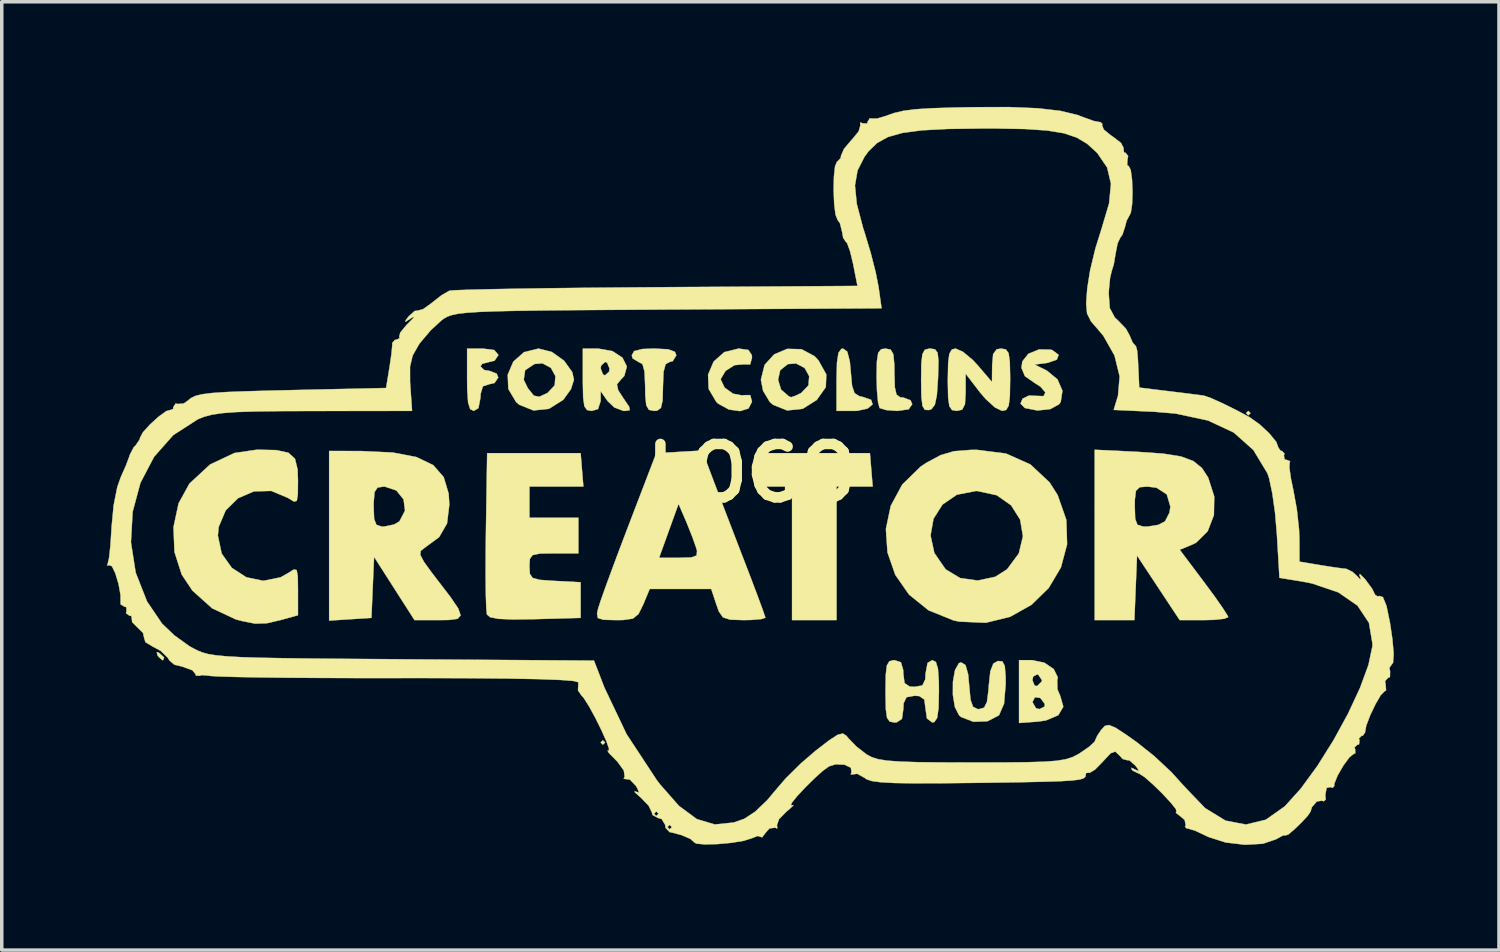
<source format=kicad_pcb>
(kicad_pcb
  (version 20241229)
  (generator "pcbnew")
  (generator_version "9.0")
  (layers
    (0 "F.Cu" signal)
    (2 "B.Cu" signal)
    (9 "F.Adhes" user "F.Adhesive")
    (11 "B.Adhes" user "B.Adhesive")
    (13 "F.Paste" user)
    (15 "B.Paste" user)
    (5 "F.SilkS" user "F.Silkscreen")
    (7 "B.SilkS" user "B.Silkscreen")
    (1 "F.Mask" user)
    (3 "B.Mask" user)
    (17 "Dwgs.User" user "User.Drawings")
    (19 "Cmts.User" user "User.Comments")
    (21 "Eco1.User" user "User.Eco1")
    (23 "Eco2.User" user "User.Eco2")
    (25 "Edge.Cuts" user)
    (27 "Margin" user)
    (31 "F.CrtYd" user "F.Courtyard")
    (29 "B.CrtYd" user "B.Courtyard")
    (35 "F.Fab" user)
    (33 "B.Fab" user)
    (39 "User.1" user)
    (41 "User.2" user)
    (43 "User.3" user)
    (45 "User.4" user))
  (footprint "LOGO"
    (layer "F.Cu")
    (at 18.406 10.452)
    (property "Reference" "LOGO" (at 0 0 0) (layer "F.SilkS") (effects (font (size 1.524 1.524) (thickness 0.3))))
    (attr through_hole)
    (fp_poly (pts (xy -4.191 7.684) (xy -4.255 7.747) (xy -4.318 7.684) (xy -4.255 7.62) (xy -4.191 7.684)) (stroke (width 0.01) (type solid)) (fill yes) (layer "F.SilkS"))
    (fp_poly (pts (xy 14.224 -1.714) (xy 14.161 -1.651) (xy 14.097 -1.714) (xy 14.161 -1.778) (xy 14.224 -1.714)) (stroke (width 0.01) (type solid)) (fill yes) (layer "F.SilkS"))
    (fp_poly (pts (xy -16.911 5.131) (xy -16.774 5.259) (xy -16.802 5.333) (xy -16.82 5.334) (xy -16.927 5.244) (xy -16.967 5.187) (xy -16.982 5.1) (xy -16.911 5.131)) (stroke (width 0.01) (type solid)) (fill yes) (layer "F.SilkS"))
    (fp_poly (pts (xy 3.444 0.381) (xy 2.413 0.381) (xy 2.413 4.191) (xy 1.143 4.191) (xy 1.143 0.381) (xy 0.112 0.381) (xy 0.151 -0.095) (xy 0.191 -0.572) (xy 3.365 -0.572) (xy 3.444 0.381)) (stroke (width 0.01) (type solid)) (fill yes) (layer "F.SilkS"))
    (fp_poly (pts (xy 2.719 -3.47) (xy 2.792 -3.187) (xy 2.819 -2.889) (xy 2.856 -2.493) (xy 2.927 -2.284) (xy 3.063 -2.197) (xy 3.143 -2.182) (xy 3.399 -2.094) (xy 3.442 -1.965) (xy 3.299 -1.845) (xy 2.997 -1.78) (xy 2.921 -1.778) (xy 2.413 -1.778) (xy 2.413 -2.667) (xy 2.425 -3.154) (xy 2.467 -3.433) (xy 2.549 -3.546) (xy 2.597 -3.556) (xy 2.719 -3.47)) (stroke (width 0.01) (type solid)) (fill yes) (layer "F.SilkS"))
    (fp_poly (pts (xy 5.223 -3.535) (xy 5.297 -3.436) (xy 5.321 -3.202) (xy 5.311 -2.778) (xy 5.308 -2.7) (xy 5.275 -2.227) (xy 5.218 -1.954) (xy 5.122 -1.828) (xy 5.048 -1.802) (xy 4.932 -1.809) (xy 4.864 -1.92) (xy 4.834 -2.183) (xy 4.826 -2.65) (xy 4.826 -2.658) (xy 4.832 -3.127) (xy 4.862 -3.397) (xy 4.931 -3.522) (xy 5.055 -3.555) (xy 5.086 -3.556) (xy 5.223 -3.535)) (stroke (width 0.01) (type solid)) (fill yes) (layer "F.SilkS"))
    (fp_poly (pts (xy 3.957 -3.526) (xy 4.033 -3.395) (xy 4.061 -3.103) (xy 4.064 -2.857) (xy 4.075 -2.454) (xy 4.123 -2.244) (xy 4.229 -2.166) (xy 4.318 -2.159) (xy 4.525 -2.08) (xy 4.572 -1.968) (xy 4.47 -1.824) (xy 4.152 -1.778) (xy 4.149 -1.778) (xy 3.835 -1.801) (xy 3.646 -1.858) (xy 3.641 -1.863) (xy 3.597 -2.025) (xy 3.566 -2.364) (xy 3.556 -2.752) (xy 3.564 -3.191) (xy 3.601 -3.434) (xy 3.685 -3.537) (xy 3.81 -3.556) (xy 3.957 -3.526)) (stroke (width 0.01) (type solid)) (fill yes) (layer "F.SilkS"))
    (fp_poly (pts (xy -7.355 -3.515) (xy -7.24 -3.383) (xy -7.239 -3.365) (xy -7.345 -3.21) (xy -7.493 -3.175) (xy -7.699 -3.122) (xy -7.747 -3.048) (xy -7.641 -2.945) (xy -7.493 -2.921) (xy -7.286 -2.842) (xy -7.239 -2.731) (xy -7.345 -2.575) (xy -7.493 -2.54) (xy -7.679 -2.48) (xy -7.744 -2.257) (xy -7.747 -2.159) (xy -7.804 -1.857) (xy -7.938 -1.778) (xy -8.041 -1.83) (xy -8.1 -2.018) (xy -8.125 -2.389) (xy -8.128 -2.667) (xy -8.128 -3.556) (xy -7.684 -3.556) (xy -7.355 -3.515)) (stroke (width 0.01) (type solid)) (fill yes) (layer "F.SilkS"))
    (fp_poly (pts (xy -2.395 -3.536) (xy -2.2 -3.465) (xy -2.159 -3.365) (xy -2.261 -3.197) (xy -2.349 -3.175) (xy -2.464 -3.112) (xy -2.524 -2.892) (xy -2.54 -2.477) (xy -2.551 -2.073) (xy -2.599 -1.863) (xy -2.705 -1.785) (xy -2.794 -1.778) (xy -2.941 -1.808) (xy -3.017 -1.939) (xy -3.045 -2.231) (xy -3.048 -2.477) (xy -3.065 -2.898) (xy -3.125 -3.115) (xy -3.239 -3.175) (xy -3.407 -3.277) (xy -3.429 -3.365) (xy -3.361 -3.485) (xy -3.126 -3.544) (xy -2.794 -3.556) (xy -2.395 -3.536)) (stroke (width 0.01) (type solid)) (fill yes) (layer "F.SilkS"))
    (fp_poly (pts (xy -0.103 -3.517) (xy -0.005 -3.37) (xy 0 -3.293) (xy -0.053 -3.103) (xy -0.241 -3.107) (xy -0.499 -3.083) (xy -0.753 -2.921) (xy -0.886 -2.699) (xy -0.889 -2.667) (xy -0.782 -2.443) (xy -0.539 -2.268) (xy -0.274 -2.219) (xy -0.241 -2.227) (xy -0.05 -2.229) (xy 0 -2.041) (xy -0.099 -1.847) (xy -0.345 -1.772) (xy -0.658 -1.817) (xy -0.961 -1.982) (xy -1.016 -2.032) (xy -1.236 -2.404) (xy -1.253 -2.811) (xy -1.095 -3.184) (xy -0.79 -3.455) (xy -0.381 -3.556) (xy -0.103 -3.517)) (stroke (width 0.01) (type solid)) (fill yes) (layer "F.SilkS"))
    (fp_poly (pts (xy 8.527 -3.525) (xy 8.572 -3.51) (xy 8.75 -3.378) (xy 8.699 -3.242) (xy 8.44 -3.15) (xy 8.414 -3.146) (xy 8.065 -3.1) (xy 8.417 -2.925) (xy 8.717 -2.677) (xy 8.858 -2.353) (xy 8.81 -2.038) (xy 8.762 -1.967) (xy 8.511 -1.829) (xy 8.144 -1.79) (xy 7.786 -1.86) (xy 7.662 -1.986) (xy 7.721 -2.127) (xy 7.904 -2.215) (xy 8.078 -2.208) (xy 8.32 -2.199) (xy 8.371 -2.306) (xy 8.228 -2.473) (xy 8.096 -2.555) (xy 7.788 -2.768) (xy 7.689 -3.005) (xy 7.714 -3.19) (xy 7.885 -3.407) (xy 8.193 -3.532) (xy 8.527 -3.525)) (stroke (width 0.01) (type solid)) (fill yes) (layer "F.SilkS"))
    (fp_poly (pts (xy -5.708 -3.458) (xy -5.361 -3.21) (xy -5.129 -2.886) (xy -5.08 -2.667) (xy -5.166 -2.398) (xy -5.376 -2.106) (xy -5.392 -2.09) (xy -5.792 -1.838) (xy -6.234 -1.791) (xy -6.638 -1.952) (xy -6.731 -2.032) (xy -6.952 -2.404) (xy -6.963 -2.664) (xy -6.512 -2.664) (xy -6.397 -2.428) (xy -6.225 -2.213) (xy -6.07 -2.181) (xy -5.834 -2.29) (xy -5.629 -2.506) (xy -5.609 -2.771) (xy -5.738 -3.007) (xy -5.98 -3.136) (xy -6.205 -3.117) (xy -6.473 -2.939) (xy -6.512 -2.664) (xy -6.963 -2.664) (xy -6.969 -2.811) (xy -6.81 -3.183) (xy -6.504 -3.454) (xy -6.09 -3.556) (xy -5.708 -3.458)) (stroke (width 0.01) (type solid)) (fill yes) (layer "F.SilkS"))
    (fp_poly (pts (xy -4.811 0.381) (xy -6.35 0.381) (xy -6.35 1.27) (xy -4.953 1.27) (xy -4.953 2.286) (xy -5.652 2.286) (xy -6.051 2.293) (xy -6.259 2.335) (xy -6.338 2.446) (xy -6.35 2.659) (xy -6.35 2.661) (xy -6.337 2.872) (xy -6.258 2.988) (xy -6.051 3.043) (xy -5.656 3.072) (xy -5.62 3.073) (xy -4.889 3.111) (xy -4.889 4.128) (xy -6.194 4.164) (xy -6.824 4.173) (xy -7.238 4.155) (xy -7.472 4.108) (xy -7.562 4.032) (xy -7.581 3.855) (xy -7.594 3.469) (xy -7.6 2.919) (xy -7.598 2.25) (xy -7.591 1.647) (xy -7.556 -0.572) (xy -4.889 -0.572) (xy -4.811 0.381)) (stroke (width 0.01) (type solid)) (fill yes) (layer "F.SilkS"))
    (fp_poly (pts (xy 1.413 -3.538) (xy 1.786 -3.339) (xy 1.896 -3.221) (xy 2.121 -2.817) (xy 2.106 -2.455) (xy 1.848 -2.09) (xy 1.847 -2.09) (xy 1.447 -1.838) (xy 1.005 -1.791) (xy 0.601 -1.952) (xy 0.508 -2.032) (xy 0.317 -2.352) (xy 0.255 -2.664) (xy 0.744 -2.664) (xy 0.831 -2.384) (xy 1.056 -2.19) (xy 1.12 -2.169) (xy 1.249 -2.213) (xy 1.405 -2.29) (xy 1.612 -2.506) (xy 1.632 -2.77) (xy 1.502 -3.004) (xy 1.258 -3.132) (xy 1.022 -3.113) (xy 0.804 -2.938) (xy 0.744 -2.664) (xy 0.255 -2.664) (xy 0.254 -2.667) (xy 0.36 -3.09) (xy 0.633 -3.391) (xy 1.006 -3.548) (xy 1.413 -3.538)) (stroke (width 0.01) (type solid)) (fill yes) (layer "F.SilkS"))
    (fp_poly (pts (xy 7.145 5.369) (xy 7.213 5.5) (xy 7.237 5.807) (xy 7.239 6.014) (xy 7.192 6.575) (xy 7.051 6.901) (xy 7.039 6.912) (xy 6.717 7.078) (xy 6.317 7.092) (xy 5.966 6.956) (xy 5.908 6.906) (xy 5.789 6.671) (xy 5.732 6.324) (xy 5.734 5.946) (xy 5.793 5.618) (xy 5.903 5.421) (xy 5.969 5.397) (xy 6.093 5.475) (xy 6.167 5.734) (xy 6.198 6.064) (xy 6.236 6.461) (xy 6.306 6.663) (xy 6.434 6.729) (xy 6.477 6.731) (xy 6.623 6.69) (xy 6.705 6.526) (xy 6.749 6.183) (xy 6.756 6.065) (xy 6.801 5.65) (xy 6.887 5.431) (xy 7.017 5.358) (xy 7.145 5.369)) (stroke (width 0.01) (type solid)) (fill yes) (layer "F.SilkS"))
    (fp_poly (pts (xy 6.018 -3.465) (xy 6.297 -3.234) (xy 6.44 -3.08) (xy 6.848 -2.603) (xy 6.853 -3.08) (xy 6.881 -3.4) (xy 6.982 -3.535) (xy 7.112 -3.556) (xy 7.245 -3.532) (xy 7.322 -3.424) (xy 7.357 -3.177) (xy 7.366 -2.738) (xy 7.366 -2.667) (xy 7.358 -2.196) (xy 7.324 -1.926) (xy 7.251 -1.805) (xy 7.139 -1.778) (xy 6.937 -1.873) (xy 6.669 -2.116) (xy 6.504 -2.309) (xy 6.096 -2.84) (xy 6.096 -2.309) (xy 6.077 -1.968) (xy 5.997 -1.813) (xy 5.842 -1.778) (xy 5.709 -1.802) (xy 5.632 -1.91) (xy 5.597 -2.157) (xy 5.588 -2.596) (xy 5.588 -2.667) (xy 5.597 -3.139) (xy 5.631 -3.409) (xy 5.704 -3.531) (xy 5.81 -3.556) (xy 6.018 -3.465)) (stroke (width 0.01) (type solid)) (fill yes) (layer "F.SilkS"))
    (fp_poly (pts (xy 8.343 5.407) (xy 8.61 5.589) (xy 8.725 5.823) (xy 8.709 5.927) (xy 8.716 6.169) (xy 8.796 6.355) (xy 8.883 6.663) (xy 8.74 6.904) (xy 8.387 7.054) (xy 8.147 7.088) (xy 7.62 7.127) (xy 7.62 6.53) (xy 8.001 6.53) (xy 8.103 6.705) (xy 8.202 6.731) (xy 8.35 6.657) (xy 8.353 6.58) (xy 8.226 6.412) (xy 8.074 6.391) (xy 8.001 6.53) (xy 7.62 6.53) (xy 7.62 5.905) (xy 8.001 5.905) (xy 8.065 6.064) (xy 8.138 6.072) (xy 8.269 5.941) (xy 8.274 5.905) (xy 8.175 5.757) (xy 8.138 5.739) (xy 8.022 5.801) (xy 8.001 5.905) (xy 7.62 5.905) (xy 7.62 5.334) (xy 7.992 5.334) (xy 8.343 5.407)) (stroke (width 0.01) (type solid)) (fill yes) (layer "F.SilkS"))
    (fp_poly (pts (xy -3.98 -3.483) (xy -3.695 -3.296) (xy -3.57 -3.045) (xy -3.642 -2.778) (xy -3.745 -2.668) (xy -3.853 -2.535) (xy -3.818 -2.369) (xy -3.673 -2.145) (xy -3.506 -1.9) (xy -3.487 -1.799) (xy -3.613 -1.778) (xy -3.667 -1.778) (xy -3.928 -1.876) (xy -4.12 -2.06) (xy -4.318 -2.343) (xy -4.318 -2.06) (xy -4.393 -1.83) (xy -4.572 -1.778) (xy -4.705 -1.802) (xy -4.782 -1.91) (xy -4.817 -2.157) (xy -4.826 -2.596) (xy -4.826 -2.667) (xy -4.826 -2.985) (xy -4.318 -2.985) (xy -4.249 -2.815) (xy -4.191 -2.794) (xy -4.078 -2.897) (xy -4.064 -2.985) (xy -4.133 -3.154) (xy -4.191 -3.175) (xy -4.304 -3.072) (xy -4.318 -2.985) (xy -4.826 -2.985) (xy -4.826 -3.556) (xy -4.391 -3.556) (xy -3.98 -3.483)) (stroke (width 0.01) (type solid)) (fill yes) (layer "F.SilkS"))
    (fp_poly (pts (xy 5.247 5.386) (xy 5.306 5.574) (xy 5.331 5.945) (xy 5.334 6.223) (xy 5.323 6.706) (xy 5.283 6.982) (xy 5.203 7.099) (xy 5.144 7.112) (xy 4.992 6.998) (xy 4.953 6.731) (xy 4.919 6.459) (xy 4.774 6.359) (xy 4.636 6.35) (xy 4.409 6.391) (xy 4.326 6.565) (xy 4.318 6.731) (xy 4.278 7.01) (xy 4.13 7.108) (xy 4.064 7.112) (xy 3.931 7.088) (xy 3.854 6.98) (xy 3.819 6.733) (xy 3.81 6.294) (xy 3.81 6.223) (xy 3.817 5.756) (xy 3.848 5.488) (xy 3.918 5.366) (xy 4.044 5.334) (xy 4.064 5.334) (xy 4.25 5.394) (xy 4.315 5.617) (xy 4.318 5.715) (xy 4.352 5.987) (xy 4.497 6.087) (xy 4.636 6.096) (xy 4.862 6.055) (xy 4.945 5.881) (xy 4.953 5.715) (xy 5.01 5.413) (xy 5.144 5.334) (xy 5.247 5.386)) (stroke (width 0.01) (type solid)) (fill yes) (layer "F.SilkS"))
    (fp_poly (pts (xy -13.573 -0.659) (xy -13.227 -0.584) (xy -13.04 -0.413) (xy -12.965 -0.108) (xy -12.954 0.206) (xy -12.958 0.602) (xy -12.988 0.788) (xy -13.069 0.81) (xy -13.226 0.713) (xy -13.236 0.706) (xy -13.716 0.505) (xy -14.21 0.518) (xy -14.663 0.713) (xy -15.017 1.061) (xy -15.216 1.532) (xy -15.24 1.778) (xy -15.131 2.294) (xy -14.84 2.702) (xy -14.425 2.97) (xy -13.942 3.07) (xy -13.449 2.97) (xy -13.236 2.85) (xy -13.075 2.748) (xy -12.991 2.763) (xy -12.959 2.94) (xy -12.954 3.324) (xy -12.954 3.352) (xy -12.954 4.052) (xy -13.43 4.184) (xy -13.843 4.281) (xy -14.174 4.292) (xy -14.558 4.217) (xy -14.732 4.169) (xy -15.404 3.854) (xy -15.968 3.347) (xy -16.271 2.892) (xy -16.478 2.246) (xy -16.506 1.54) (xy -16.361 0.862) (xy -16.053 0.299) (xy -15.462 -0.249) (xy -14.766 -0.577) (xy -14.124 -0.671) (xy -13.573 -0.659)) (stroke (width 0.01) (type solid)) (fill yes) (layer "F.SilkS"))
    (fp_poly (pts (xy 11.018 -0.609) (xy 11.733 -0.559) (xy 12.243 -0.477) (xy 12.595 -0.346) (xy 12.839 -0.147) (xy 13.016 0.124) (xy 13.189 0.663) (xy 13.18 1.195) (xy 13.003 1.655) (xy 12.675 1.98) (xy 12.563 2.036) (xy 12.205 2.184) (xy 12.897 3.104) (xy 13.203 3.518) (xy 13.439 3.856) (xy 13.572 4.066) (xy 13.589 4.107) (xy 13.474 4.153) (xy 13.178 4.184) (xy 12.897 4.191) (xy 12.204 4.191) (xy 10.986 2.349) (xy 10.911 4.191) (xy 9.779 4.191) (xy 9.779 0.953) (xy 10.922 0.953) (xy 10.934 1.304) (xy 10.998 1.471) (xy 11.156 1.521) (xy 11.278 1.524) (xy 11.595 1.473) (xy 11.786 1.372) (xy 11.913 1.124) (xy 11.938 0.953) (xy 11.836 0.604) (xy 11.541 0.413) (xy 11.278 0.381) (xy 11.059 0.4) (xy 10.955 0.503) (xy 10.924 0.758) (xy 10.922 0.953) (xy 9.779 0.953) (xy 9.779 -0.669) (xy 11.018 -0.609)) (stroke (width 0.01) (type solid)) (fill yes) (layer "F.SilkS"))
    (fp_poly (pts (xy -11.144 -0.632) (xy -10.247 -0.59) (xy -9.571 -0.46) (xy -9.094 -0.23) (xy -8.796 0.112) (xy -8.655 0.582) (xy -8.636 0.896) (xy -8.701 1.434) (xy -8.925 1.822) (xy -9.349 2.134) (xy -9.453 2.216) (xy -9.463 2.332) (xy -9.359 2.53) (xy -9.123 2.855) (xy -8.974 3.048) (xy -8.598 3.539) (xy -8.378 3.864) (xy -8.313 4.058) (xy -8.4 4.154) (xy -8.64 4.187) (xy -8.928 4.191) (xy -9.629 4.191) (xy -10.206 3.289) (xy -10.783 2.387) (xy -10.821 3.257) (xy -10.858 4.128) (xy -12.065 4.205) (xy -12.065 0.953) (xy -10.795 0.953) (xy -10.781 1.306) (xy -10.715 1.474) (xy -10.563 1.523) (xy -10.503 1.524) (xy -10.204 1.461) (xy -10.058 1.372) (xy -9.9 1.067) (xy -9.941 0.747) (xy -10.147 0.492) (xy -10.481 0.381) (xy -10.503 0.381) (xy -10.684 0.409) (xy -10.769 0.538) (xy -10.794 0.834) (xy -10.795 0.953) (xy -12.065 0.953) (xy -12.065 -0.635) (xy -11.144 -0.632)) (stroke (width 0.01) (type solid)) (fill yes) (layer "F.SilkS"))
    (fp_poly (pts (xy 7.249 -0.561) (xy 7.946 -0.249) (xy 8.492 0.263) (xy 8.721 0.623) (xy 8.969 1.33) (xy 8.991 2.029) (xy 8.815 2.688) (xy 8.467 3.274) (xy 7.976 3.754) (xy 7.368 4.096) (xy 6.671 4.267) (xy 5.911 4.234) (xy 5.745 4.198) (xy 5.035 3.91) (xy 4.481 3.463) (xy 4.089 2.9) (xy 3.867 2.262) (xy 3.833 1.777) (xy 5.095 1.777) (xy 5.203 2.275) (xy 5.524 2.741) (xy 5.938 2.991) (xy 6.441 3.062) (xy 6.942 2.955) (xy 7.279 2.741) (xy 7.614 2.288) (xy 7.731 1.799) (xy 7.651 1.324) (xy 7.395 0.917) (xy 6.983 0.628) (xy 6.435 0.509) (xy 6.389 0.508) (xy 5.846 0.613) (xy 5.436 0.894) (xy 5.179 1.299) (xy 5.095 1.777) (xy 3.833 1.777) (xy 3.821 1.592) (xy 3.959 0.932) (xy 4.287 0.324) (xy 4.814 -0.19) (xy 4.981 -0.3) (xy 5.383 -0.516) (xy 5.76 -0.627) (xy 6.232 -0.665) (xy 6.413 -0.667) (xy 7.249 -0.561)) (stroke (width 0.01) (type solid)) (fill yes) (layer "F.SilkS"))
    (fp_poly (pts (xy -1.164 0.038) (xy -1.02 0.417) (xy -0.811 0.964) (xy -0.563 1.61) (xy -0.303 2.287) (xy -0.263 2.39) (xy -0.031 2.994) (xy 0.164 3.51) (xy 0.305 3.894) (xy 0.376 4.101) (xy 0.381 4.124) (xy 0.267 4.162) (xy -0.025 4.187) (xy -0.244 4.191) (xy -0.622 4.179) (xy -0.828 4.113) (xy -0.945 3.944) (xy -1.016 3.747) (xy -1.163 3.302) (xy -2.918 3.302) (xy -3.103 3.747) (xy -3.238 4.019) (xy -3.4 4.149) (xy -3.681 4.189) (xy -3.881 4.191) (xy -4.237 4.182) (xy -4.398 4.131) (xy -4.421 4.002) (xy -4.392 3.87) (xy -4.321 3.648) (xy -4.175 3.235) (xy -3.97 2.679) (xy -3.871 2.413) (xy -2.65 2.413) (xy -2.078 2.413) (xy -1.731 2.403) (xy -1.58 2.349) (xy -1.568 2.218) (xy -1.593 2.127) (xy -1.7 1.823) (xy -1.854 1.437) (xy -1.887 1.358) (xy -2.095 0.875) (xy -2.373 1.644) (xy -2.65 2.413) (xy -3.871 2.413) (xy -3.725 2.024) (xy -3.521 1.489) (xy -2.731 -0.572) (xy -2.075 -0.609) (xy -1.42 -0.647) (xy -1.164 0.038)) (stroke (width 0.01) (type solid)) (fill yes) (layer "F.SilkS"))
    (fp_poly (pts (xy 8.156 -10.413) (xy 8.796 -10.339) (xy 9.285 -10.222) (xy 9.461 -10.155) (xy 9.755 -10.049) (xy 9.943 -10.015) (xy 9.947 -10.016) (xy 10.001 -9.963) (xy 9.986 -9.932) (xy 10.038 -9.805) (xy 10.252 -9.631) (xy 10.296 -9.603) (xy 10.528 -9.425) (xy 10.605 -9.278) (xy 10.599 -9.262) (xy 10.615 -9.152) (xy 10.657 -9.144) (xy 10.733 -9.051) (xy 10.714 -8.954) (xy 10.705 -8.79) (xy 10.75 -8.763) (xy 10.807 -8.651) (xy 10.844 -8.374) (xy 10.857 -8.019) (xy 10.846 -7.675) (xy 10.809 -7.428) (xy 10.776 -7.366) (xy 10.688 -7.201) (xy 10.649 -7.048) (xy 10.571 -6.807) (xy 10.511 -6.725) (xy 10.432 -6.56) (xy 10.376 -6.274) (xy 10.324 -5.962) (xy 10.265 -5.773) (xy 10.218 -5.578) (xy 10.184 -5.239) (xy 10.179 -5.12) (xy 10.208 -4.713) (xy 10.35 -4.446) (xy 10.447 -4.355) (xy 10.671 -4.122) (xy 10.773 -3.935) (xy 10.862 -3.727) (xy 10.9 -3.684) (xy 10.956 -3.622) (xy 10.99 -3.496) (xy 11.012 -3.241) (xy 11.03 -2.872) (xy 11.049 -2.443) (xy 11.906 -2.338) (xy 12.358 -2.283) (xy 12.713 -2.238) (xy 12.89 -2.215) (xy 13.094 -2.145) (xy 13.44 -1.989) (xy 13.847 -1.787) (xy 14.199 -1.597) (xy 14.487 -1.392) (xy 14.763 -1.134) (xy 14.961 -0.891) (xy 15.018 -0.733) (xy 15.082 -0.64) (xy 15.12 -0.635) (xy 15.196 -0.557) (xy 15.177 -0.508) (xy 15.196 -0.392) (xy 15.254 -0.381) (xy 15.356 -0.341) (xy 15.342 -0.314) (xy 15.333 -0.164) (xy 15.378 0.155) (xy 15.446 0.48) (xy 15.546 1.027) (xy 15.609 1.606) (xy 15.619 1.865) (xy 15.621 2.524) (xy 16.224 2.624) (xy 16.606 2.684) (xy 16.885 2.722) (xy 16.954 2.727) (xy 17.136 2.816) (xy 17.25 2.921) (xy 17.37 3.046) (xy 17.357 2.976) (xy 17.334 2.921) (xy 17.343 2.874) (xy 17.474 3.003) (xy 17.512 3.048) (xy 17.695 3.297) (xy 17.777 3.464) (xy 17.777 3.468) (xy 17.858 3.518) (xy 17.893 3.501) (xy 18.002 3.535) (xy 18.104 3.785) (xy 18.204 4.267) (xy 18.272 4.731) (xy 18.309 5.149) (xy 18.292 5.406) (xy 18.251 5.461) (xy 18.186 5.554) (xy 18.207 5.652) (xy 18.203 5.815) (xy 18.143 5.842) (xy 18.062 5.935) (xy 18.08 6.032) (xy 18.092 6.196) (xy 18.049 6.223) (xy 17.943 6.328) (xy 17.793 6.585) (xy 17.64 6.905) (xy 17.526 7.203) (xy 17.493 7.389) (xy 17.494 7.395) (xy 17.43 7.488) (xy 17.392 7.493) (xy 17.316 7.571) (xy 17.335 7.62) (xy 17.321 7.737) (xy 17.272 7.747) (xy 17.189 7.824) (xy 17.209 7.874) (xy 17.214 7.992) (xy 17.18 8.001) (xy 17.05 8.102) (xy 16.874 8.341) (xy 16.71 8.625) (xy 16.615 8.86) (xy 16.611 8.931) (xy 16.563 8.979) (xy 16.513 8.955) (xy 16.396 8.978) (xy 16.357 9.184) (xy 16.371 9.312) (xy 16.311 9.362) (xy 16.268 9.342) (xy 16.115 9.367) (xy 15.974 9.53) (xy 15.939 9.652) (xy 15.862 9.768) (xy 15.684 9.961) (xy 15.475 10.163) (xy 15.304 10.307) (xy 15.24 10.33) (xy 15.15 10.336) (xy 14.954 10.444) (xy 14.578 10.572) (xy 14.066 10.601) (xy 13.517 10.536) (xy 13.026 10.38) (xy 12.954 10.345) (xy 12.646 10.2) (xy 12.434 10.136) (xy 12.405 10.137) (xy 12.355 10.087) (xy 12.376 10.044) (xy 12.345 9.892) (xy 12.226 9.791) (xy 12.092 9.686) (xy 12.112 9.656) (xy 12.092 9.578) (xy 11.937 9.386) (xy 11.702 9.134) (xy 11.44 8.879) (xy 11.207 8.674) (xy 11.056 8.575) (xy 11.043 8.572) (xy 10.873 8.491) (xy 10.837 8.457) (xy 10.825 8.404) (xy 10.922 8.45) (xy 11.045 8.505) (xy 10.993 8.412) (xy 10.936 8.34) (xy 10.772 8.194) (xy 10.694 8.186) (xy 10.579 8.154) (xy 10.481 8.048) (xy 10.366 7.942) (xy 10.235 7.989) (xy 10.022 8.216) (xy 10.007 8.234) (xy 9.785 8.459) (xy 9.629 8.552) (xy 9.603 8.544) (xy 9.529 8.558) (xy 9.525 8.594) (xy 9.516 8.655) (xy 9.469 8.702) (xy 9.355 8.739) (xy 9.145 8.766) (xy 8.811 8.787) (xy 8.322 8.803) (xy 7.65 8.817) (xy 6.766 8.83) (xy 6.302 8.836) (xy 5.34 8.847) (xy 4.601 8.848) (xy 4.055 8.839) (xy 3.671 8.817) (xy 3.42 8.783) (xy 3.27 8.733) (xy 3.212 8.691) (xy 3.005 8.576) (xy 2.891 8.591) (xy 2.815 8.595) (xy 2.84 8.538) (xy 2.822 8.403) (xy 2.642 8.317) (xy 2.389 8.305) (xy 2.196 8.365) (xy 2.015 8.497) (xy 1.774 8.714) (xy 1.517 8.969) (xy 1.29 9.213) (xy 1.139 9.399) (xy 1.108 9.48) (xy 1.143 9.471) (xy 1.184 9.476) (xy 1.05 9.601) (xy 0.984 9.654) (xy 0.773 9.87) (xy 0.71 10.044) (xy 0.717 10.064) (xy 0.72 10.139) (xy 0.662 10.113) (xy 0.498 10.136) (xy 0.393 10.253) (xy 0.288 10.391) (xy 0.258 10.378) (xy 0.163 10.35) (xy -0.000431 10.414) (xy -0.236 10.488) (xy -0.591 10.546) (xy -0.988 10.582) (xy -1.347 10.591) (xy -1.591 10.568) (xy -1.651 10.529) (xy -1.758 10.433) (xy -2.01 10.325) (xy -2.305 10.247) (xy -2.349 10.241) (xy -2.463 10.121) (xy -2.467 10.097) (xy -2.413 10.097) (xy -2.349 10.16) (xy -2.286 10.097) (xy -2.349 10.033) (xy -2.413 10.097) (xy -2.467 10.097) (xy -2.477 10.033) (xy -2.578 9.865) (xy -2.667 9.842) (xy -2.836 9.753) (xy -2.846 9.716) (xy -2.794 9.716) (xy -2.731 9.779) (xy -2.667 9.716) (xy -2.731 9.652) (xy -2.794 9.716) (xy -2.846 9.716) (xy -2.857 9.676) (xy -2.948 9.487) (xy -3.168 9.259) (xy -3.175 9.253) (xy -3.342 9.105) (xy -3.345 9.073) (xy -3.324 9.083) (xy -3.222 9.112) (xy -3.272 8.988) (xy -3.318 8.912) (xy -3.484 8.741) (xy -3.601 8.727) (xy -3.66 8.717) (xy -3.632 8.656) (xy -3.657 8.481) (xy -3.838 8.232) (xy -3.898 8.171) (xy -4.083 7.983) (xy -4.123 7.913) (xy -4.095 7.925) (xy -4.077 7.868) (xy -4.153 7.65) (xy -4.294 7.335) (xy -4.468 6.983) (xy -4.646 6.657) (xy -4.797 6.418) (xy -4.869 6.337) (xy -4.964 6.196) (xy -4.964 6.177) (xy -4.953 5.984) (xy -4.953 5.966) (xy -5.08 5.929) (xy -5.46 5.899) (xy -6.093 5.875) (xy -6.978 5.858) (xy -8.115 5.848) (xy -9.503 5.844) (xy -10.163 5.845) (xy -11.292 5.845) (xy -12.342 5.841) (xy -13.287 5.835) (xy -14.099 5.825) (xy -14.75 5.813) (xy -15.214 5.799) (xy -15.463 5.784) (xy -15.497 5.776) (xy -15.708 5.76) (xy -15.748 5.778) (xy -15.865 5.777) (xy -15.875 5.737) (xy -15.962 5.625) (xy -16.248 5.519) (xy -16.481 5.463) (xy -16.616 5.348) (xy -16.679 5.254) (xy -16.873 5.067) (xy -17.099 4.946) (xy -17.306 4.821) (xy -17.341 4.708) (xy -17.375 4.556) (xy -17.523 4.411) (xy -17.686 4.247) (xy -17.695 4.148) (xy -17.71 4.072) (xy -17.766 4.064) (xy -17.862 3.99) (xy -17.844 3.937) (xy -17.854 3.82) (xy -17.9 3.81) (xy -18.015 3.742) (xy -18.015 3.715) (xy -18.017 3.473) (xy -18.074 3.159) (xy -18.164 2.859) (xy -18.26 2.658) (xy -18.323 2.625) (xy -18.401 2.633) (xy -18.384 2.591) (xy -18.344 2.416) (xy -18.305 2.059) (xy -18.299 1.97) (xy -17.72 1.97) (xy -17.585 2.835) (xy -17.262 3.657) (xy -16.832 4.292) (xy -16.483 4.625) (xy -16.06 4.93) (xy -15.954 4.99) (xy -15.821 5.058) (xy -15.683 5.114) (xy -15.514 5.16) (xy -15.291 5.196) (xy -14.989 5.225) (xy -14.583 5.248) (xy -14.048 5.265) (xy -13.361 5.278) (xy -12.496 5.289) (xy -11.43 5.298) (xy -10.136 5.307) (xy -9.97 5.309) (xy -4.508 5.347) (xy -4.209 6.12) (xy -3.578 7.446) (xy -2.715 8.758) (xy -2.623 8.879) (xy -2.085 9.491) (xy -1.575 9.868) (xy -1.062 10.022) (xy -0.518 9.966) (xy -0.218 9.86) (xy 0.09 9.658) (xy 0.435 9.329) (xy 0.627 9.098) (xy 0.96 8.71) (xy 1.401 8.275) (xy 1.819 7.916) (xy 2.205 7.619) (xy 2.447 7.462) (xy 2.593 7.427) (xy 2.696 7.493) (xy 2.746 7.556) (xy 2.976 7.795) (xy 3.268 8.022) (xy 3.412 8.1) (xy 3.595 8.159) (xy 3.854 8.201) (xy 4.226 8.228) (xy 4.746 8.245) (xy 5.451 8.252) (xy 6.272 8.254) (xy 7.166 8.253) (xy 7.843 8.246) (xy 8.342 8.231) (xy 8.7 8.204) (xy 8.955 8.161) (xy 9.144 8.101) (xy 9.305 8.019) (xy 9.351 7.991) (xy 9.624 7.803) (xy 9.773 7.664) (xy 9.783 7.641) (xy 9.855 7.484) (xy 9.967 7.319) (xy 10.069 7.209) (xy 10.187 7.185) (xy 10.374 7.263) (xy 10.679 7.462) (xy 10.977 7.673) (xy 11.473 8.068) (xy 11.969 8.531) (xy 12.349 8.951) (xy 12.928 9.555) (xy 13.512 9.913) (xy 14.093 10.024) (xy 14.662 9.887) (xy 15.205 9.503) (xy 15.661 8.997) (xy 16.132 8.352) (xy 16.589 7.624) (xy 17.004 6.866) (xy 17.347 6.13) (xy 17.589 5.472) (xy 17.701 4.945) (xy 17.705 4.869) (xy 17.604 4.269) (xy 17.277 3.778) (xy 16.733 3.401) (xy 15.979 3.145) (xy 15.684 3.088) (xy 15.05 2.985) (xy 14.975 1.714) (xy 14.923 1.117) (xy 14.845 0.566) (xy 14.755 0.143) (xy 14.706 0) (xy 14.306 -0.662) (xy 13.747 -1.16) (xy 13.013 -1.504) (xy 12.087 -1.702) (xy 11.478 -1.753) (xy 10.32 -1.807) (xy 10.443 -2.208) (xy 10.491 -2.76) (xy 10.344 -3.358) (xy 10.026 -3.92) (xy 9.889 -4.083) (xy 9.67 -4.336) (xy 9.561 -4.557) (xy 9.535 -4.839) (xy 9.566 -5.272) (xy 9.649 -5.793) (xy 9.798 -6.411) (xy 9.975 -6.977) (xy 10.189 -7.696) (xy 10.243 -8.261) (xy 10.134 -8.722) (xy 9.859 -9.126) (xy 9.826 -9.161) (xy 9.564 -9.399) (xy 9.271 -9.575) (xy 8.905 -9.699) (xy 8.426 -9.778) (xy 7.792 -9.821) (xy 6.963 -9.836) (xy 6.54 -9.836) (xy 5.587 -9.823) (xy 4.851 -9.784) (xy 4.294 -9.71) (xy 3.879 -9.593) (xy 3.57 -9.422) (xy 3.33 -9.19) (xy 3.211 -9.03) (xy 3.012 -8.639) (xy 2.938 -8.21) (xy 2.99 -7.684) (xy 3.168 -7.007) (xy 3.225 -6.829) (xy 3.39 -6.279) (xy 3.53 -5.73) (xy 3.613 -5.306) (xy 3.697 -4.706) (xy -2.397 -4.671) (xy -3.799 -4.662) (xy -4.969 -4.654) (xy -5.93 -4.645) (xy -6.705 -4.634) (xy -7.315 -4.62) (xy -7.784 -4.602) (xy -8.133 -4.579) (xy -8.386 -4.55) (xy -8.563 -4.513) (xy -8.689 -4.469) (xy -8.786 -4.415) (xy -8.849 -4.37) (xy -9.165 -4.08) (xy -9.47 -3.72) (xy -9.504 -3.671) (xy -9.681 -3.361) (xy -9.757 -3.041) (xy -9.756 -2.601) (xy -9.75 -2.508) (xy -9.699 -1.778) (xy -12.501 -1.775) (xy -13.442 -1.772) (xy -14.165 -1.763) (xy -14.708 -1.745) (xy -15.109 -1.715) (xy -15.405 -1.671) (xy -15.632 -1.611) (xy -15.812 -1.539) (xy -16.513 -1.087) (xy -17.061 -0.467) (xy -17.45 0.276) (xy -17.672 1.103) (xy -17.72 1.97) (xy -18.299 1.97) (xy -18.275 1.594) (xy -18.271 1.524) (xy -18.214 0.921) (xy -18.11 0.396) (xy -18.011 0.115) (xy -17.861 -0.224) (xy -17.764 -0.484) (xy -17.755 -0.52) (xy -17.638 -0.745) (xy -17.59 -0.789) (xy -17.468 -0.967) (xy -17.462 -1.008) (xy -17.38 -1.165) (xy -17.18 -1.387) (xy -16.934 -1.611) (xy -16.711 -1.772) (xy -16.582 -1.808) (xy -16.581 -1.806) (xy -16.516 -1.835) (xy -16.51 -1.891) (xy -16.441 -1.991) (xy -16.393 -1.975) (xy -16.216 -1.988) (xy -16.107 -2.063) (xy -16.009 -2.143) (xy -15.883 -2.205) (xy -15.696 -2.252) (xy -15.415 -2.288) (xy -15.005 -2.316) (xy -14.434 -2.338) (xy -13.668 -2.359) (xy -12.935 -2.376) (xy -10.44 -2.432) (xy -10.342 -3.026) (xy -10.288 -3.396) (xy -10.263 -3.656) (xy -10.265 -3.715) (xy -10.188 -3.804) (xy -10.139 -3.81) (xy -10.049 -3.857) (xy -10.067 -3.887) (xy -10.035 -4.013) (xy -9.859 -4.228) (xy -9.803 -4.283) (xy -9.647 -4.443) (xy -9.662 -4.463) (xy -9.716 -4.429) (xy -9.888 -4.319) (xy -9.877 -4.37) (xy -9.796 -4.475) (xy -9.625 -4.628) (xy -9.534 -4.641) (xy -9.388 -4.678) (xy -9.155 -4.844) (xy -9.131 -4.865) (xy -8.856 -5.079) (xy -8.633 -5.207) (xy -8.631 -5.207) (xy -8.469 -5.221) (xy -8.08 -5.235) (xy -7.489 -5.25) (xy -6.723 -5.264) (xy -5.81 -5.278) (xy -4.774 -5.29) (xy -3.643 -5.3) (xy -2.718 -5.307) (xy 3.01 -5.344) (xy 2.885 -5.974) (xy 2.799 -6.332) (xy 2.716 -6.561) (xy 2.677 -6.604) (xy 2.603 -6.712) (xy 2.573 -6.878) (xy 2.511 -7.132) (xy 2.442 -7.228) (xy 2.383 -7.38) (xy 2.345 -7.69) (xy 2.33 -8.076) (xy 2.338 -8.458) (xy 2.37 -8.756) (xy 2.425 -8.889) (xy 2.432 -8.89) (xy 2.531 -8.991) (xy 2.54 -9.058) (xy 2.626 -9.255) (xy 2.835 -9.503) (xy 2.854 -9.521) (xy 3.044 -9.753) (xy 3.094 -9.93) (xy 3.088 -9.944) (xy 3.092 -10.011) (xy 3.155 -9.982) (xy 3.286 -9.978) (xy 3.302 -10.033) (xy 3.364 -10.13) (xy 3.397 -10.119) (xy 3.574 -10.12) (xy 3.81 -10.191) (xy 4.056 -10.278) (xy 4.325 -10.341) (xy 4.667 -10.385) (xy 5.132 -10.414) (xy 5.769 -10.434) (xy 6.287 -10.444) (xy 7.331 -10.447) (xy 8.156 -10.413)) (stroke (width 0.01) (type solid)) (fill yes) (layer "F.SilkS")))
  (gr_rect
    (start -3 -3)
    (end 39.72 24.058)
    (stroke (width 0.1) (type default))
    (fill no)
    (layer "Edge.Cuts")))
</source>
